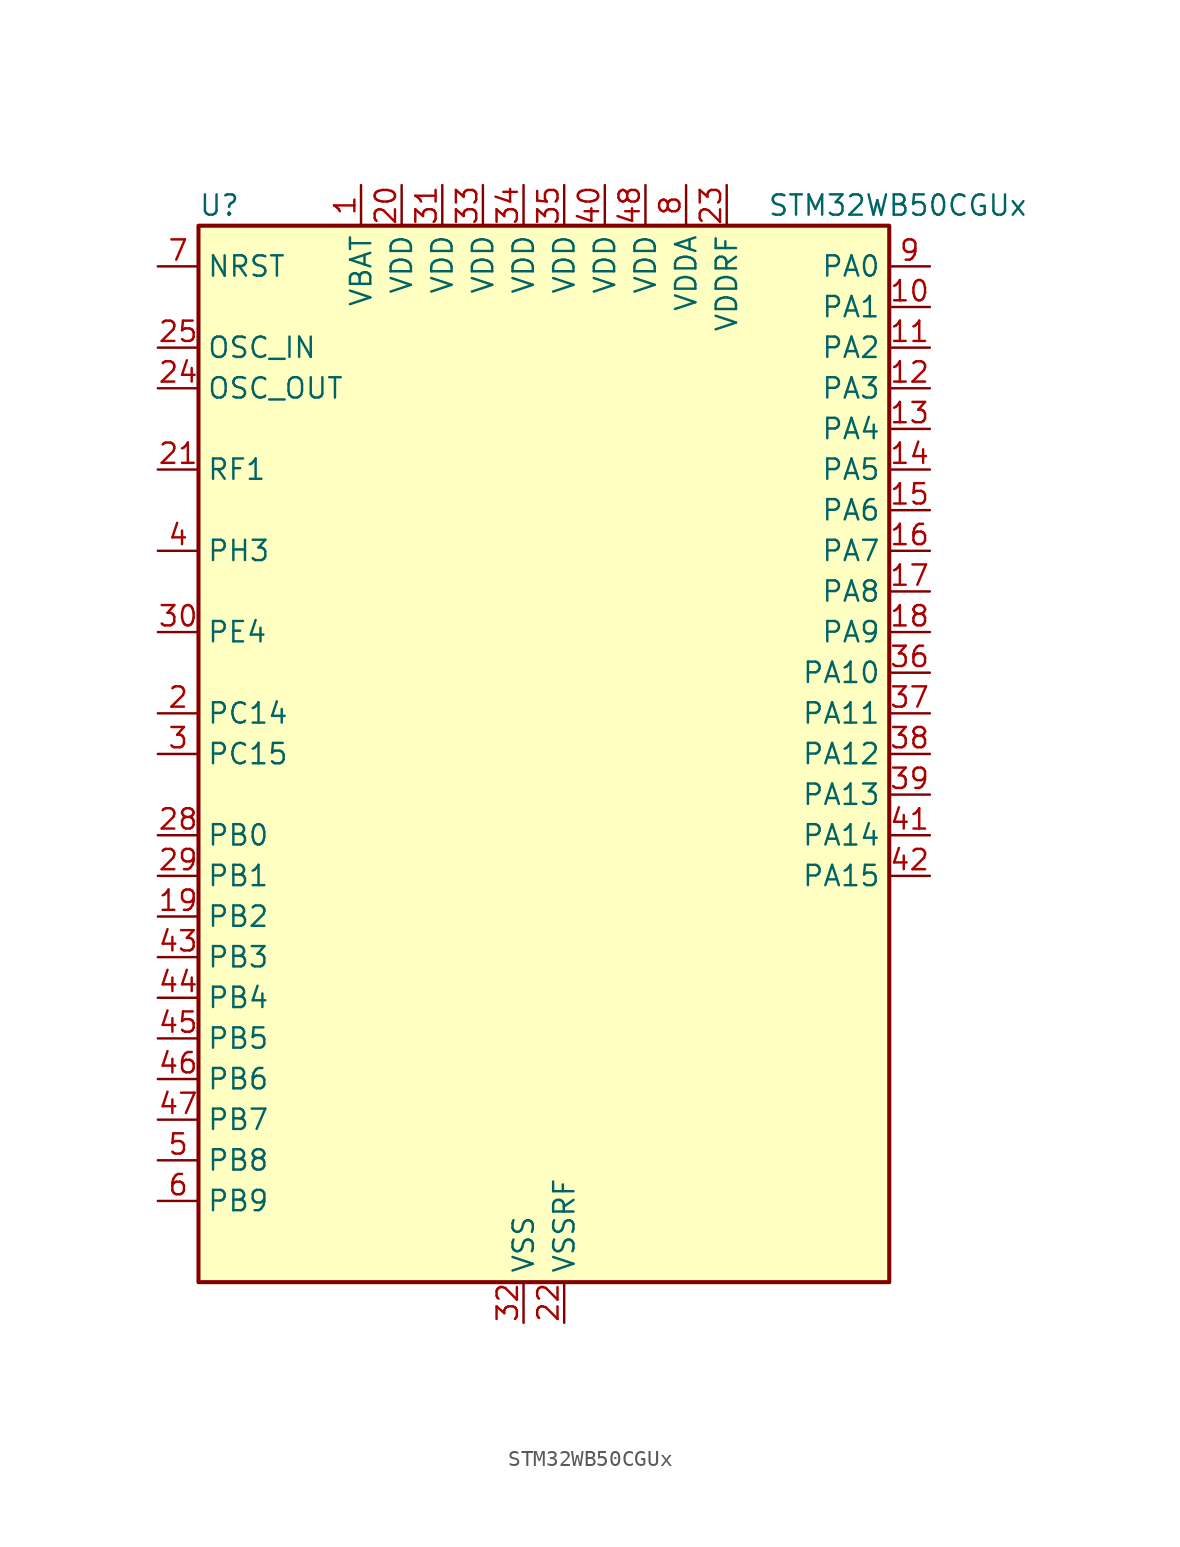
<source format=kicad_sym>
(kicad_symbol_lib
  (version 20231120)
  (generator "kicad_symbol_editor")
  (generator_version "8.0")
  (symbol "STM32WB50CGUx"
    (property "Reference" "U"
      (at -20.32 34.29 0)
      (effects (font (size 1.27 1.27)) (justify left)))
    (property "Value" "STM32WB50CGUx"
      (at 15.24 34.29 0)
      (effects (font (size 1.27 1.27)) (justify left)))
    (property "ki_locked" ""
      (at 0 0 0)
      (effects (font (size 1.27 1.27))))
    (symbol "STM32WB50CGUx_0_1"
      (rectangle (start -20.32 -33.02) (end 22.86 33.02) (stroke (width 0.254) (type default)) (fill (type background))))
    (symbol "STM32WB50CGUx_1_1"
      (pin power_in line (at -10.16 35.56 270) (length 2.54) (name "VBAT" (effects (font (size 1.27 1.27)))) (number "1" (effects (font (size 1.27 1.27)))))
      (pin bidirectional line (at 25.4 27.94 180) (length 2.54) (name "PA1" (effects (font (size 1.27 1.27)))) (number "10" (effects (font (size 1.27 1.27)))) (alternate "ADC1_IN6" bidirectional line) (alternate "I2C1_SMBA" bidirectional line) (alternate "SPI1_SCK" bidirectional line) (alternate "TIM2_CH2" bidirectional line))
      (pin bidirectional line (at 25.4 25.4 180) (length 2.54) (name "PA2" (effects (font (size 1.27 1.27)))) (number "11" (effects (font (size 1.27 1.27)))) (alternate "ADC1_IN7" bidirectional line) (alternate "RCC_LSCO" bidirectional line) (alternate "SYS_WKUP4" bidirectional line) (alternate "TIM2_CH3" bidirectional line))
      (pin bidirectional line (at 25.4 22.86 180) (length 2.54) (name "PA3" (effects (font (size 1.27 1.27)))) (number "12" (effects (font (size 1.27 1.27)))) (alternate "ADC1_IN8" bidirectional line) (alternate "TIM2_CH4" bidirectional line))
      (pin bidirectional line (at 25.4 20.32 180) (length 2.54) (name "PA4" (effects (font (size 1.27 1.27)))) (number "13" (effects (font (size 1.27 1.27)))) (alternate "ADC1_IN9" bidirectional line) (alternate "LPTIM2_OUT" bidirectional line) (alternate "SPI1_NSS" bidirectional line))
      (pin bidirectional line (at 25.4 17.78 180) (length 2.54) (name "PA5" (effects (font (size 1.27 1.27)))) (number "14" (effects (font (size 1.27 1.27)))) (alternate "ADC1_IN10" bidirectional line) (alternate "LPTIM2_ETR" bidirectional line) (alternate "SPI1_SCK" bidirectional line) (alternate "TIM2_CH1" bidirectional line) (alternate "TIM2_ETR" bidirectional line))
      (pin bidirectional line (at 25.4 15.24 180) (length 2.54) (name "PA6" (effects (font (size 1.27 1.27)))) (number "15" (effects (font (size 1.27 1.27)))) (alternate "ADC1_IN11" bidirectional line) (alternate "SPI1_MISO" bidirectional line) (alternate "TIM16_CH1" bidirectional line) (alternate "TIM1_BKIN" bidirectional line))
      (pin bidirectional line (at 25.4 12.7 180) (length 2.54) (name "PA7" (effects (font (size 1.27 1.27)))) (number "16" (effects (font (size 1.27 1.27)))) (alternate "ADC1_IN12" bidirectional line) (alternate "SPI1_MOSI" bidirectional line) (alternate "TIM17_CH1" bidirectional line) (alternate "TIM1_CH1N" bidirectional line))
      (pin bidirectional line (at 25.4 10.16 180) (length 2.54) (name "PA8" (effects (font (size 1.27 1.27)))) (number "17" (effects (font (size 1.27 1.27)))) (alternate "ADC1_IN15" bidirectional line) (alternate "LPTIM2_OUT" bidirectional line) (alternate "RCC_MCO" bidirectional line) (alternate "TIM1_CH1" bidirectional line) (alternate "USART1_CK" bidirectional line))
      (pin bidirectional line (at 25.4 7.62 180) (length 2.54) (name "PA9" (effects (font (size 1.27 1.27)))) (number "18" (effects (font (size 1.27 1.27)))) (alternate "ADC1_IN16" bidirectional line) (alternate "I2C1_SCL" bidirectional line) (alternate "TIM1_CH2" bidirectional line) (alternate "USART1_TX" bidirectional line))
      (pin bidirectional line (at -22.86 -10.16 0) (length 2.54) (name "PB2" (effects (font (size 1.27 1.27)))) (number "19" (effects (font (size 1.27 1.27)))) (alternate "LPTIM1_OUT" bidirectional line) (alternate "RTC_OUT2" bidirectional line) (alternate "SPI1_NSS" bidirectional line))
      (pin bidirectional line (at -22.86 2.54 0) (length 2.54) (name "PC14" (effects (font (size 1.27 1.27)))) (number "2" (effects (font (size 1.27 1.27)))) (alternate "RCC_OSC32_IN" bidirectional line))
      (pin power_in line (at -7.62 35.56 270) (length 2.54) (name "VDD" (effects (font (size 1.27 1.27)))) (number "20" (effects (font (size 1.27 1.27)))))
      (pin bidirectional line (at -22.86 17.78 0) (length 2.54) (name "RF1" (effects (font (size 1.27 1.27)))) (number "21" (effects (font (size 1.27 1.27)))) (alternate "RF_RF1" bidirectional line))
      (pin power_in line (at 2.54 -35.56 90) (length 2.54) (name "VSSRF" (effects (font (size 1.27 1.27)))) (number "22" (effects (font (size 1.27 1.27)))))
      (pin power_in line (at 12.7 35.56 270) (length 2.54) (name "VDDRF" (effects (font (size 1.27 1.27)))) (number "23" (effects (font (size 1.27 1.27)))))
      (pin input line (at -22.86 22.86 0) (length 2.54) (name "OSC_OUT" (effects (font (size 1.27 1.27)))) (number "24" (effects (font (size 1.27 1.27)))) (alternate "RCC_OSC_OUT" bidirectional line))
      (pin input line (at -22.86 25.4 0) (length 2.54) (name "OSC_IN" (effects (font (size 1.27 1.27)))) (number "25" (effects (font (size 1.27 1.27)))) (alternate "RCC_OSC_IN" bidirectional line))
      (pin no_connect line (at -20.32 -33.02 0) (length 2.54) hide (name "AT0" (effects (font (size 1.27 1.27)))) (number "26" (effects (font (size 1.27 1.27)))))
      (pin no_connect line (at -20.32 -30.48 0) (length 2.54) hide (name "AT1" (effects (font (size 1.27 1.27)))) (number "27" (effects (font (size 1.27 1.27)))))
      (pin bidirectional line (at -22.86 -5.08 0) (length 2.54) (name "PB0" (effects (font (size 1.27 1.27)))) (number "28" (effects (font (size 1.27 1.27)))) (alternate "RF_TX_MOD_EXT_PA" bidirectional line))
      (pin bidirectional line (at -22.86 -7.62 0) (length 2.54) (name "PB1" (effects (font (size 1.27 1.27)))) (number "29" (effects (font (size 1.27 1.27)))) (alternate "LPTIM2_IN1" bidirectional line))
      (pin bidirectional line (at -22.86 0 0) (length 2.54) (name "PC15" (effects (font (size 1.27 1.27)))) (number "3" (effects (font (size 1.27 1.27)))) (alternate "ADC1_EXTI15" bidirectional line) (alternate "RCC_OSC32_OUT" bidirectional line))
      (pin bidirectional line (at -22.86 7.62 0) (length 2.54) (name "PE4" (effects (font (size 1.27 1.27)))) (number "30" (effects (font (size 1.27 1.27)))))
      (pin power_in line (at -5.08 35.56 270) (length 2.54) (name "VDD" (effects (font (size 1.27 1.27)))) (number "31" (effects (font (size 1.27 1.27)))))
      (pin power_in line (at 0 -35.56 90) (length 2.54) (name "VSS" (effects (font (size 1.27 1.27)))) (number "32" (effects (font (size 1.27 1.27)))))
      (pin power_in line (at -2.54 35.56 270) (length 2.54) (name "VDD" (effects (font (size 1.27 1.27)))) (number "33" (effects (font (size 1.27 1.27)))))
      (pin power_in line (at 0 35.56 270) (length 2.54) (name "VDD" (effects (font (size 1.27 1.27)))) (number "34" (effects (font (size 1.27 1.27)))))
      (pin power_in line (at 2.54 35.56 270) (length 2.54) (name "VDD" (effects (font (size 1.27 1.27)))) (number "35" (effects (font (size 1.27 1.27)))))
      (pin bidirectional line (at 25.4 5.08 180) (length 2.54) (name "PA10" (effects (font (size 1.27 1.27)))) (number "36" (effects (font (size 1.27 1.27)))) (alternate "I2C1_SDA" bidirectional line) (alternate "TIM17_BKIN" bidirectional line) (alternate "TIM1_CH3" bidirectional line) (alternate "USART1_RX" bidirectional line))
      (pin bidirectional line (at 25.4 2.54 180) (length 2.54) (name "PA11" (effects (font (size 1.27 1.27)))) (number "37" (effects (font (size 1.27 1.27)))) (alternate "ADC1_EXTI11" bidirectional line) (alternate "SPI1_MISO" bidirectional line) (alternate "TIM1_BKIN2" bidirectional line) (alternate "TIM1_CH4" bidirectional line) (alternate "USART1_CTS" bidirectional line) (alternate "USART1_NSS" bidirectional line))
      (pin bidirectional line (at 25.4 0 180) (length 2.54) (name "PA12" (effects (font (size 1.27 1.27)))) (number "38" (effects (font (size 1.27 1.27)))) (alternate "SPI1_MOSI" bidirectional line) (alternate "TIM1_ETR" bidirectional line) (alternate "USART1_DE" bidirectional line) (alternate "USART1_RTS" bidirectional line))
      (pin bidirectional line (at 25.4 -2.54 180) (length 2.54) (name "PA13" (effects (font (size 1.27 1.27)))) (number "39" (effects (font (size 1.27 1.27)))) (alternate "IR_OUT" bidirectional line) (alternate "SYS_JTMS-SWDIO" bidirectional line))
      (pin bidirectional line (at -22.86 12.7 0) (length 2.54) (name "PH3" (effects (font (size 1.27 1.27)))) (number "4" (effects (font (size 1.27 1.27)))) (alternate "RCC_LSCO" bidirectional line))
      (pin power_in line (at 5.08 35.56 270) (length 2.54) (name "VDD" (effects (font (size 1.27 1.27)))) (number "40" (effects (font (size 1.27 1.27)))))
      (pin bidirectional line (at 25.4 -5.08 180) (length 2.54) (name "PA14" (effects (font (size 1.27 1.27)))) (number "41" (effects (font (size 1.27 1.27)))) (alternate "I2C1_SMBA" bidirectional line) (alternate "LPTIM1_OUT" bidirectional line) (alternate "SYS_JTCK-SWCLK" bidirectional line))
      (pin bidirectional line (at 25.4 -7.62 180) (length 2.54) (name "PA15" (effects (font (size 1.27 1.27)))) (number "42" (effects (font (size 1.27 1.27)))) (alternate "ADC1_EXTI15" bidirectional line) (alternate "RCC_MCO" bidirectional line) (alternate "SPI1_NSS" bidirectional line) (alternate "SYS_JTDI" bidirectional line) (alternate "TIM2_CH1" bidirectional line) (alternate "TIM2_ETR" bidirectional line))
      (pin bidirectional line (at -22.86 -12.7 0) (length 2.54) (name "PB3" (effects (font (size 1.27 1.27)))) (number "43" (effects (font (size 1.27 1.27)))) (alternate "SPI1_SCK" bidirectional line) (alternate "SYS_JTDO-SWO" bidirectional line) (alternate "TIM2_CH2" bidirectional line) (alternate "USART1_DE" bidirectional line) (alternate "USART1_RTS" bidirectional line))
      (pin bidirectional line (at -22.86 -15.24 0) (length 2.54) (name "PB4" (effects (font (size 1.27 1.27)))) (number "44" (effects (font (size 1.27 1.27)))) (alternate "SPI1_MISO" bidirectional line) (alternate "SYS_JTRST" bidirectional line) (alternate "TIM17_BKIN" bidirectional line) (alternate "USART1_CTS" bidirectional line) (alternate "USART1_NSS" bidirectional line))
      (pin bidirectional line (at -22.86 -17.78 0) (length 2.54) (name "PB5" (effects (font (size 1.27 1.27)))) (number "45" (effects (font (size 1.27 1.27)))) (alternate "I2C1_SMBA" bidirectional line) (alternate "LPTIM1_IN1" bidirectional line) (alternate "SPI1_MOSI" bidirectional line) (alternate "TIM16_BKIN" bidirectional line) (alternate "USART1_CK" bidirectional line))
      (pin bidirectional line (at -22.86 -20.32 0) (length 2.54) (name "PB6" (effects (font (size 1.27 1.27)))) (number "46" (effects (font (size 1.27 1.27)))) (alternate "I2C1_SCL" bidirectional line) (alternate "LPTIM1_ETR" bidirectional line) (alternate "RCC_MCO" bidirectional line) (alternate "TIM16_CH1N" bidirectional line) (alternate "USART1_TX" bidirectional line))
      (pin bidirectional line (at -22.86 -22.86 0) (length 2.54) (name "PB7" (effects (font (size 1.27 1.27)))) (number "47" (effects (font (size 1.27 1.27)))) (alternate "I2C1_SDA" bidirectional line) (alternate "LPTIM1_IN2" bidirectional line) (alternate "SYS_PVD_IN" bidirectional line) (alternate "TIM17_CH1N" bidirectional line) (alternate "TIM1_BKIN" bidirectional line) (alternate "USART1_RX" bidirectional line))
      (pin power_in line (at 7.62 35.56 270) (length 2.54) (name "VDD" (effects (font (size 1.27 1.27)))) (number "48" (effects (font (size 1.27 1.27)))))
      (pin passive line (at 0 -35.56 90) (length 2.54) hide (name "VSS" (effects (font (size 1.27 1.27)))) (number "49" (effects (font (size 1.27 1.27)))))
      (pin bidirectional line (at -22.86 -25.4 0) (length 2.54) (name "PB8" (effects (font (size 1.27 1.27)))) (number "5" (effects (font (size 1.27 1.27)))) (alternate "I2C1_SCL" bidirectional line) (alternate "TIM16_CH1" bidirectional line) (alternate "TIM1_CH2N" bidirectional line))
      (pin bidirectional line (at -22.86 -27.94 0) (length 2.54) (name "PB9" (effects (font (size 1.27 1.27)))) (number "6" (effects (font (size 1.27 1.27)))) (alternate "I2C1_SDA" bidirectional line) (alternate "IR_OUT" bidirectional line) (alternate "TIM17_CH1" bidirectional line) (alternate "TIM1_CH3N" bidirectional line))
      (pin input line (at -22.86 30.48 0) (length 2.54) (name "NRST" (effects (font (size 1.27 1.27)))) (number "7" (effects (font (size 1.27 1.27)))))
      (pin power_in line (at 10.16 35.56 270) (length 2.54) (name "VDDA" (effects (font (size 1.27 1.27)))) (number "8" (effects (font (size 1.27 1.27)))))
      (pin bidirectional line (at 25.4 30.48 180) (length 2.54) (name "PA0" (effects (font (size 1.27 1.27)))) (number "9" (effects (font (size 1.27 1.27)))) (alternate "ADC1_IN5" bidirectional line) (alternate "RTC_TAMP2" bidirectional line) (alternate "SYS_WKUP1" bidirectional line) (alternate "TIM2_CH1" bidirectional line) (alternate "TIM2_ETR" bidirectional line)))))
</source>
